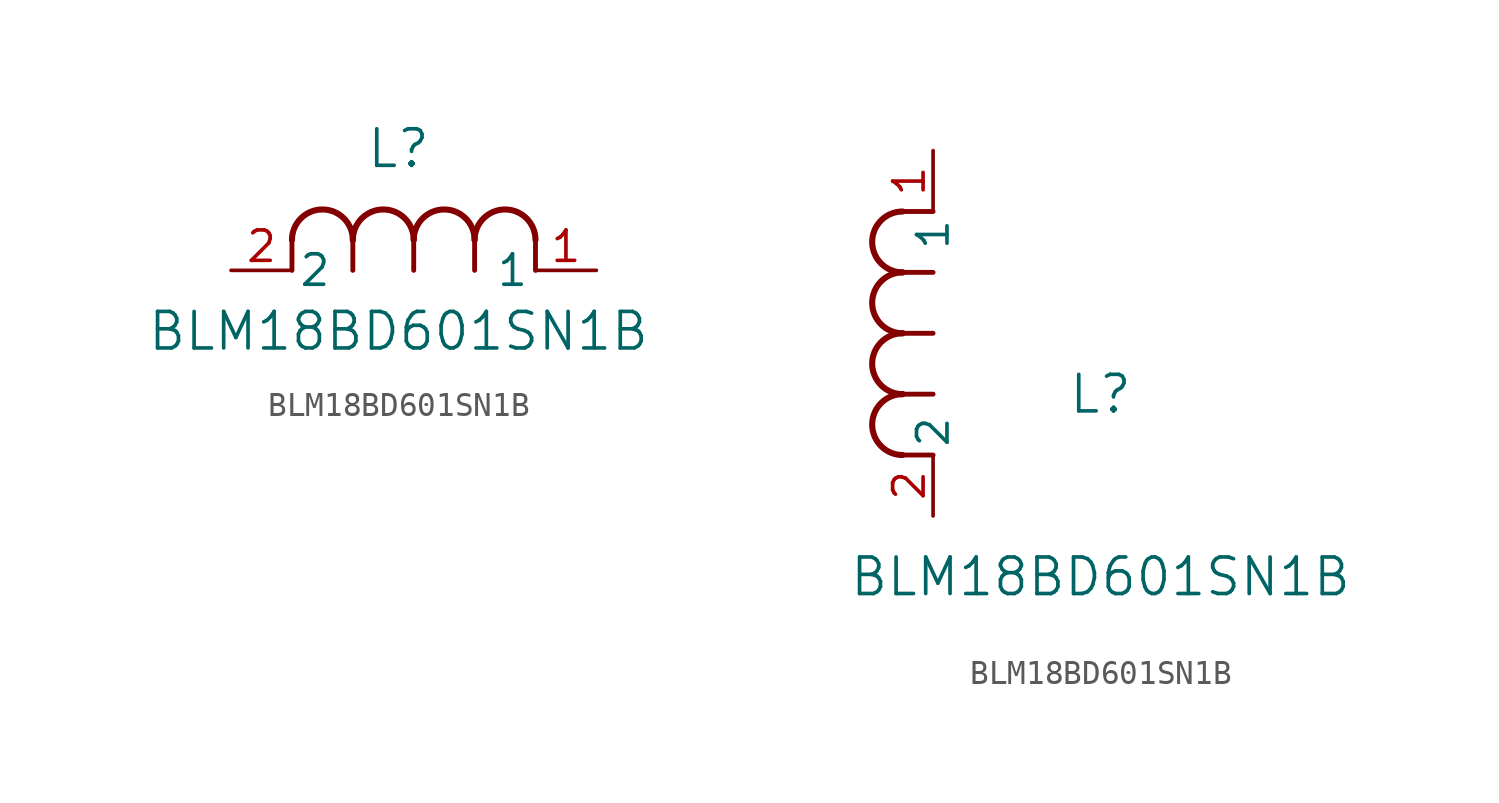
<source format=kicad_sym>
(kicad_symbol_lib
  (version 20211014)
  (generator kicad_symbol_editor)
  (symbol "BLM18BD601SN1B"
    (pin_names
      (offset 0.254))
    (property "Reference" "L"
      (at 6.985 5.08 0)
      (effects (font (size 1.524 1.524))))
    (property "Value" "BLM18BD601SN1B"
      (at 6.985 -2.54 0)
      (effects (font (size 1.524 1.524))))
    (symbol "BLM18BD601SN1B_1_1"
      (arc (start 7.62 1.27) (mid 6.35 2.54) (end 5.08 1.27) (stroke (width 0.254) (type default) (color 0 0 0 0)) (fill (type none)))
      (polyline (pts (xy 5.08 0) (xy 5.08 1.27)) (stroke (width 0.203) (type default) (color 0 0 0 0)) (fill (type none)))
      (polyline (pts (xy 7.62 0) (xy 7.62 1.27)) (stroke (width 0.203) (type default) (color 0 0 0 0)) (fill (type none)))
      (polyline (pts (xy 12.7 0) (xy 12.7 1.27)) (stroke (width 0.203) (type default) (color 0 0 0 0)) (fill (type none)))
      (arc (start 5.08 1.27) (mid 3.81 2.54) (end 2.54 1.27) (stroke (width 0.254) (type default) (color 0 0 0 0)) (fill (type none)))
      (arc (start 10.16 1.27) (mid 8.89 2.54) (end 7.62 1.27) (stroke (width 0.254) (type default) (color 0 0 0 0)) (fill (type none)))
      (arc (start 12.7 1.27) (mid 11.43 2.54) (end 10.16 1.27) (stroke (width 0.254) (type default) (color 0 0 0 0)) (fill (type none)))
      (polyline (pts (xy 2.54 0) (xy 2.54 1.27)) (stroke (width 0.203) (type default) (color 0 0 0 0)) (fill (type none)))
      (polyline (pts (xy 10.16 0) (xy 10.16 1.27)) (stroke (width 0.203) (type default) (color 0 0 0 0)) (fill (type none)))
      (pin unspecified line (at 0 0 0) (length 2.54) (name "2" (effects (font (size 1.27 1.27)))) (number "2" (effects (font (size 1.27 1.27)))))
      (pin unspecified line (at 15.24 0 180) (length 2.54) (name "1" (effects (font (size 1.27 1.27)))) (number "1" (effects (font (size 1.27 1.27))))))
    (symbol "BLM18BD601SN1B_1_2"
      (arc (start -1.27 7.62) (mid -2.54 6.35) (end -1.27 5.08) (stroke (width 0.254) (type default) (color 0 0 0 0)) (fill (type none)))
      (arc (start -1.27 5.08) (mid -2.54 3.81) (end -1.27 2.54) (stroke (width 0.254) (type default) (color 0 0 0 0)) (fill (type none)))
      (arc (start -1.27 12.7) (mid -2.54 11.43) (end -1.27 10.16) (stroke (width 0.254) (type default) (color 0 0 0 0)) (fill (type none)))
      (arc (start -1.27 10.16) (mid -2.54 8.89) (end -1.27 7.62) (stroke (width 0.254) (type default) (color 0 0 0 0)) (fill (type none)))
      (polyline (pts (xy 0 7.62) (xy -1.27 7.62)) (stroke (width 0.203) (type default) (color 0 0 0 0)) (fill (type none)))
      (polyline (pts (xy 0 5.08) (xy -1.27 5.08)) (stroke (width 0.203) (type default) (color 0 0 0 0)) (fill (type none)))
      (polyline (pts (xy 0 12.7) (xy -1.27 12.7)) (stroke (width 0.203) (type default) (color 0 0 0 0)) (fill (type none)))
      (polyline (pts (xy 0 2.54) (xy -1.27 2.54)) (stroke (width 0.203) (type default) (color 0 0 0 0)) (fill (type none)))
      (polyline (pts (xy 0 10.16) (xy -1.27 10.16)) (stroke (width 0.203) (type default) (color 0 0 0 0)) (fill (type none)))
      (pin unspecified line (at 0 0 90) (length 2.54) (name "2" (effects (font (size 1.27 1.27)))) (number "2" (effects (font (size 1.27 1.27)))))
      (pin unspecified line (at 0 15.24 270) (length 2.54) (name "1" (effects (font (size 1.27 1.27)))) (number "1" (effects (font (size 1.27 1.27))))))))
</source>
